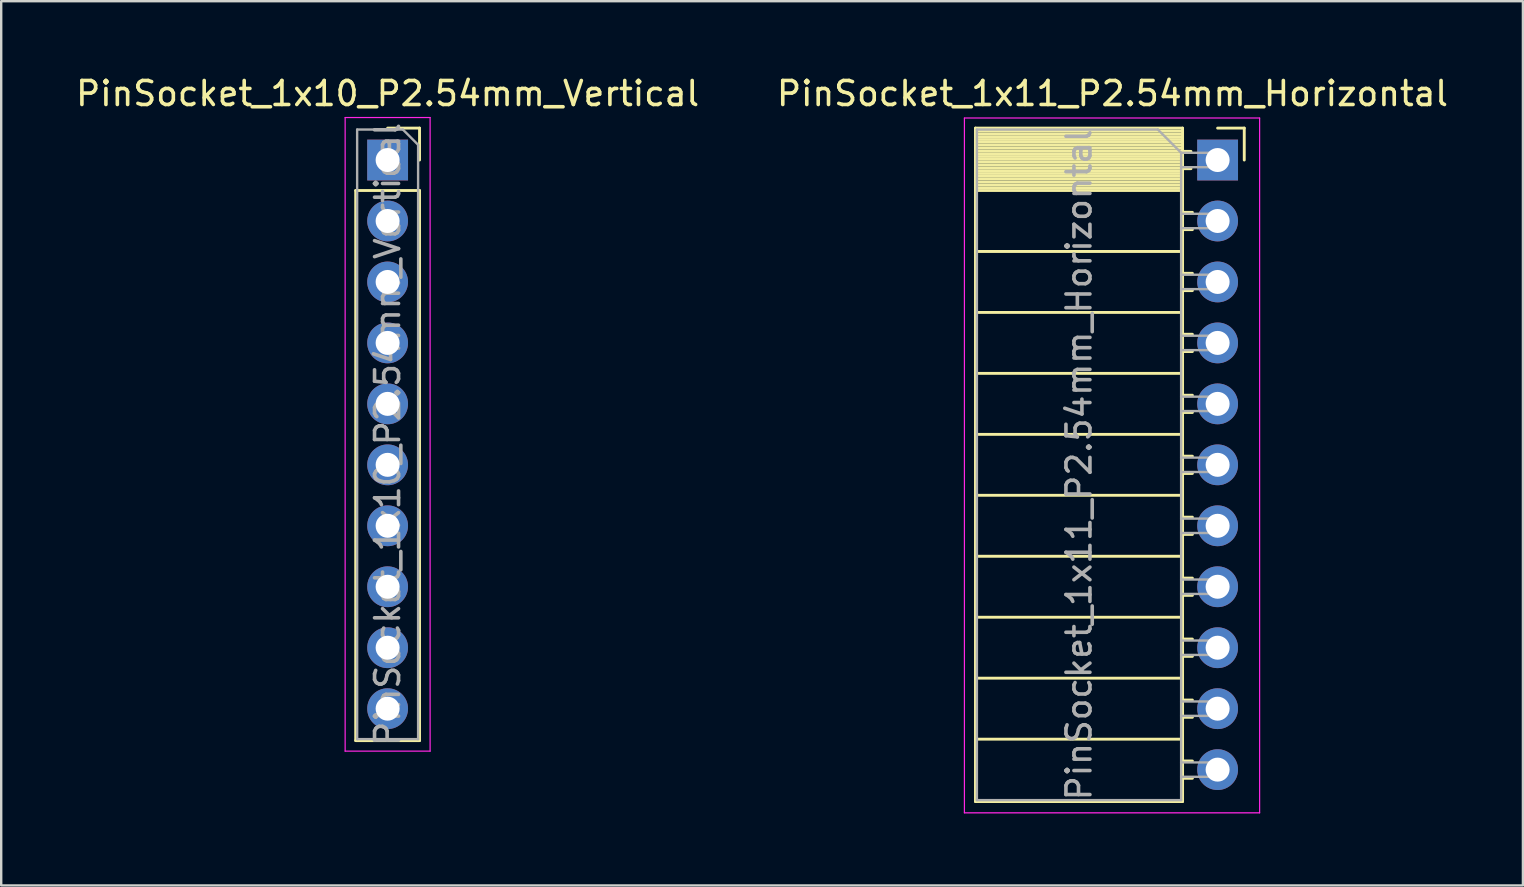
<source format=kicad_pcb>
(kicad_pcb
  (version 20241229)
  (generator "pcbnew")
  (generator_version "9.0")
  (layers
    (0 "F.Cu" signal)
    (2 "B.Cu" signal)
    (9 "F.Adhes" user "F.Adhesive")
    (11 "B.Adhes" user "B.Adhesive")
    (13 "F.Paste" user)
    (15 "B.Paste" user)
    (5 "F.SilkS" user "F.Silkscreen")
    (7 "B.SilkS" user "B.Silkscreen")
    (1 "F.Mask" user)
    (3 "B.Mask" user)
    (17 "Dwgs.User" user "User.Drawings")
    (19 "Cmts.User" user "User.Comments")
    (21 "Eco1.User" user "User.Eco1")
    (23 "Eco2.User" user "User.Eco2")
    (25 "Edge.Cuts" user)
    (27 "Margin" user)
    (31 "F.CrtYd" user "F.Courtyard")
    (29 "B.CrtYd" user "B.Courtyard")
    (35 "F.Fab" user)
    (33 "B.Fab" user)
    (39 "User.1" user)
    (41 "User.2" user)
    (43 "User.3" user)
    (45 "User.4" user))
  (footprint "PinSocket_1x11_P2.54mm_Horizontal"
    (layer "F.Cu")
    (at 47.684 3.618)
    (property "Reference" "PinSocket_1x11_P2.54mm_Horizontal" (at -4.38 -2.77 0) (layer "F.SilkS") (effects (font (size 1 1) (thickness 0.15))))
    (attr through_hole)
    (fp_line (start -10.09 -1.33) (end -10.09 26.73) (stroke (width 0.12) (type solid)) (layer "F.SilkS"))
    (fp_line (start -10.09 -1.33) (end -1.46 -1.33) (stroke (width 0.12) (type solid)) (layer "F.SilkS"))
    (fp_line (start -10.09 -1.21) (end -1.46 -1.21) (stroke (width 0.12) (type solid)) (layer "F.SilkS"))
    (fp_line (start -10.09 -1.092) (end -1.46 -1.092) (stroke (width 0.12) (type solid)) (layer "F.SilkS"))
    (fp_line (start -10.09 -0.974) (end -1.46 -0.974) (stroke (width 0.12) (type solid)) (layer "F.SilkS"))
    (fp_line (start -10.09 -0.856) (end -1.46 -0.856) (stroke (width 0.12) (type solid)) (layer "F.SilkS"))
    (fp_line (start -10.09 -0.738) (end -1.46 -0.738) (stroke (width 0.12) (type solid)) (layer "F.SilkS"))
    (fp_line (start -10.09 -0.62) (end -1.46 -0.62) (stroke (width 0.12) (type solid)) (layer "F.SilkS"))
    (fp_line (start -10.09 -0.501) (end -1.46 -0.501) (stroke (width 0.12) (type solid)) (layer "F.SilkS"))
    (fp_line (start -10.09 -0.383) (end -1.46 -0.383) (stroke (width 0.12) (type solid)) (layer "F.SilkS"))
    (fp_line (start -10.09 -0.265) (end -1.46 -0.265) (stroke (width 0.12) (type solid)) (layer "F.SilkS"))
    (fp_line (start -10.09 -0.147) (end -1.46 -0.147) (stroke (width 0.12) (type solid)) (layer "F.SilkS"))
    (fp_line (start -10.09 -0.029) (end -1.46 -0.029) (stroke (width 0.12) (type solid)) (layer "F.SilkS"))
    (fp_line (start -10.09 0.089) (end -1.46 0.089) (stroke (width 0.12) (type solid)) (layer "F.SilkS"))
    (fp_line (start -10.09 0.207) (end -1.46 0.207) (stroke (width 0.12) (type solid)) (layer "F.SilkS"))
    (fp_line (start -10.09 0.325) (end -1.46 0.325) (stroke (width 0.12) (type solid)) (layer "F.SilkS"))
    (fp_line (start -10.09 0.443) (end -1.46 0.443) (stroke (width 0.12) (type solid)) (layer "F.SilkS"))
    (fp_line (start -10.09 0.561) (end -1.46 0.561) (stroke (width 0.12) (type solid)) (layer "F.SilkS"))
    (fp_line (start -10.09 0.68) (end -1.46 0.68) (stroke (width 0.12) (type solid)) (layer "F.SilkS"))
    (fp_line (start -10.09 0.798) (end -1.46 0.798) (stroke (width 0.12) (type solid)) (layer "F.SilkS"))
    (fp_line (start -10.09 0.916) (end -1.46 0.916) (stroke (width 0.12) (type solid)) (layer "F.SilkS"))
    (fp_line (start -10.09 1.034) (end -1.46 1.034) (stroke (width 0.12) (type solid)) (layer "F.SilkS"))
    (fp_line (start -10.09 1.152) (end -1.46 1.152) (stroke (width 0.12) (type solid)) (layer "F.SilkS"))
    (fp_line (start -10.09 1.27) (end -1.46 1.27) (stroke (width 0.12) (type solid)) (layer "F.SilkS"))
    (fp_line (start -10.09 3.81) (end -1.46 3.81) (stroke (width 0.12) (type solid)) (layer "F.SilkS"))
    (fp_line (start -10.09 6.35) (end -1.46 6.35) (stroke (width 0.12) (type solid)) (layer "F.SilkS"))
    (fp_line (start -10.09 8.89) (end -1.46 8.89) (stroke (width 0.12) (type solid)) (layer "F.SilkS"))
    (fp_line (start -10.09 11.43) (end -1.46 11.43) (stroke (width 0.12) (type solid)) (layer "F.SilkS"))
    (fp_line (start -10.09 13.97) (end -1.46 13.97) (stroke (width 0.12) (type solid)) (layer "F.SilkS"))
    (fp_line (start -10.09 16.51) (end -1.46 16.51) (stroke (width 0.12) (type solid)) (layer "F.SilkS"))
    (fp_line (start -10.09 19.05) (end -1.46 19.05) (stroke (width 0.12) (type solid)) (layer "F.SilkS"))
    (fp_line (start -10.09 21.59) (end -1.46 21.59) (stroke (width 0.12) (type solid)) (layer "F.SilkS"))
    (fp_line (start -10.09 24.13) (end -1.46 24.13) (stroke (width 0.12) (type solid)) (layer "F.SilkS"))
    (fp_line (start -10.09 26.73) (end -1.46 26.73) (stroke (width 0.12) (type solid)) (layer "F.SilkS"))
    (fp_line (start -1.46 -1.33) (end -1.46 26.73) (stroke (width 0.12) (type solid)) (layer "F.SilkS"))
    (fp_line (start -1.46 -0.36) (end -1.11 -0.36) (stroke (width 0.12) (type solid)) (layer "F.SilkS"))
    (fp_line (start -1.46 0.36) (end -1.11 0.36) (stroke (width 0.12) (type solid)) (layer "F.SilkS"))
    (fp_line (start -1.46 2.18) (end -1.05 2.18) (stroke (width 0.12) (type solid)) (layer "F.SilkS"))
    (fp_line (start -1.46 2.9) (end -1.05 2.9) (stroke (width 0.12) (type solid)) (layer "F.SilkS"))
    (fp_line (start -1.46 4.72) (end -1.05 4.72) (stroke (width 0.12) (type solid)) (layer "F.SilkS"))
    (fp_line (start -1.46 5.44) (end -1.05 5.44) (stroke (width 0.12) (type solid)) (layer "F.SilkS"))
    (fp_line (start -1.46 7.26) (end -1.05 7.26) (stroke (width 0.12) (type solid)) (layer "F.SilkS"))
    (fp_line (start -1.46 7.98) (end -1.05 7.98) (stroke (width 0.12) (type solid)) (layer "F.SilkS"))
    (fp_line (start -1.46 9.8) (end -1.05 9.8) (stroke (width 0.12) (type solid)) (layer "F.SilkS"))
    (fp_line (start -1.46 10.52) (end -1.05 10.52) (stroke (width 0.12) (type solid)) (layer "F.SilkS"))
    (fp_line (start -1.46 12.34) (end -1.05 12.34) (stroke (width 0.12) (type solid)) (layer "F.SilkS"))
    (fp_line (start -1.46 13.06) (end -1.05 13.06) (stroke (width 0.12) (type solid)) (layer "F.SilkS"))
    (fp_line (start -1.46 14.88) (end -1.05 14.88) (stroke (width 0.12) (type solid)) (layer "F.SilkS"))
    (fp_line (start -1.46 15.6) (end -1.05 15.6) (stroke (width 0.12) (type solid)) (layer "F.SilkS"))
    (fp_line (start -1.46 17.42) (end -1.05 17.42) (stroke (width 0.12) (type solid)) (layer "F.SilkS"))
    (fp_line (start -1.46 18.14) (end -1.05 18.14) (stroke (width 0.12) (type solid)) (layer "F.SilkS"))
    (fp_line (start -1.46 19.96) (end -1.05 19.96) (stroke (width 0.12) (type solid)) (layer "F.SilkS"))
    (fp_line (start -1.46 20.68) (end -1.05 20.68) (stroke (width 0.12) (type solid)) (layer "F.SilkS"))
    (fp_line (start -1.46 22.5) (end -1.05 22.5) (stroke (width 0.12) (type solid)) (layer "F.SilkS"))
    (fp_line (start -1.46 23.22) (end -1.05 23.22) (stroke (width 0.12) (type solid)) (layer "F.SilkS"))
    (fp_line (start -1.46 25.04) (end -1.05 25.04) (stroke (width 0.12) (type solid)) (layer "F.SilkS"))
    (fp_line (start -1.46 25.76) (end -1.05 25.76) (stroke (width 0.12) (type solid)) (layer "F.SilkS"))
    (fp_line (start 0 -1.33) (end 1.11 -1.33) (stroke (width 0.12) (type solid)) (layer "F.SilkS"))
    (fp_line (start 1.11 -1.33) (end 1.11 0) (stroke (width 0.12) (type solid)) (layer "F.SilkS"))
    (fp_line (start -10.55 -1.75) (end -10.55 27.2) (stroke (width 0.05) (type solid)) (layer "F.CrtYd"))
    (fp_line (start -10.55 27.2) (end 1.75 27.2) (stroke (width 0.05) (type solid)) (layer "F.CrtYd"))
    (fp_line (start 1.75 -1.75) (end -10.55 -1.75) (stroke (width 0.05) (type solid)) (layer "F.CrtYd"))
    (fp_line (start 1.75 27.2) (end 1.75 -1.75) (stroke (width 0.05) (type solid)) (layer "F.CrtYd"))
    (fp_line (start -10.03 -1.27) (end -2.49 -1.27) (stroke (width 0.1) (type solid)) (layer "F.Fab"))
    (fp_line (start -10.03 26.67) (end -10.03 -1.27) (stroke (width 0.1) (type solid)) (layer "F.Fab"))
    (fp_line (start -2.49 -1.27) (end -1.52 -0.3) (stroke (width 0.1) (type solid)) (layer "F.Fab"))
    (fp_line (start -1.52 -0.3) (end -1.52 26.67) (stroke (width 0.1) (type solid)) (layer "F.Fab"))
    (fp_line (start -1.52 0.3) (end 0 0.3) (stroke (width 0.1) (type solid)) (layer "F.Fab"))
    (fp_line (start -1.52 2.84) (end 0 2.84) (stroke (width 0.1) (type solid)) (layer "F.Fab"))
    (fp_line (start -1.52 5.38) (end 0 5.38) (stroke (width 0.1) (type solid)) (layer "F.Fab"))
    (fp_line (start -1.52 7.92) (end 0 7.92) (stroke (width 0.1) (type solid)) (layer "F.Fab"))
    (fp_line (start -1.52 10.46) (end 0 10.46) (stroke (width 0.1) (type solid)) (layer "F.Fab"))
    (fp_line (start -1.52 13) (end 0 13) (stroke (width 0.1) (type solid)) (layer "F.Fab"))
    (fp_line (start -1.52 15.54) (end 0 15.54) (stroke (width 0.1) (type solid)) (layer "F.Fab"))
    (fp_line (start -1.52 18.08) (end 0 18.08) (stroke (width 0.1) (type solid)) (layer "F.Fab"))
    (fp_line (start -1.52 20.62) (end 0 20.62) (stroke (width 0.1) (type solid)) (layer "F.Fab"))
    (fp_line (start -1.52 23.16) (end 0 23.16) (stroke (width 0.1) (type solid)) (layer "F.Fab"))
    (fp_line (start -1.52 25.7) (end 0 25.7) (stroke (width 0.1) (type solid)) (layer "F.Fab"))
    (fp_line (start -1.52 26.67) (end -10.03 26.67) (stroke (width 0.1) (type solid)) (layer "F.Fab"))
    (fp_line (start 0 -0.3) (end -1.52 -0.3) (stroke (width 0.1) (type solid)) (layer "F.Fab"))
    (fp_line (start 0 0.3) (end 0 -0.3) (stroke (width 0.1) (type solid)) (layer "F.Fab"))
    (fp_line (start 0 2.24) (end -1.52 2.24) (stroke (width 0.1) (type solid)) (layer "F.Fab"))
    (fp_line (start 0 2.84) (end 0 2.24) (stroke (width 0.1) (type solid)) (layer "F.Fab"))
    (fp_line (start 0 4.78) (end -1.52 4.78) (stroke (width 0.1) (type solid)) (layer "F.Fab"))
    (fp_line (start 0 5.38) (end 0 4.78) (stroke (width 0.1) (type solid)) (layer "F.Fab"))
    (fp_line (start 0 7.32) (end -1.52 7.32) (stroke (width 0.1) (type solid)) (layer "F.Fab"))
    (fp_line (start 0 7.92) (end 0 7.32) (stroke (width 0.1) (type solid)) (layer "F.Fab"))
    (fp_line (start 0 9.86) (end -1.52 9.86) (stroke (width 0.1) (type solid)) (layer "F.Fab"))
    (fp_line (start 0 10.46) (end 0 9.86) (stroke (width 0.1) (type solid)) (layer "F.Fab"))
    (fp_line (start 0 12.4) (end -1.52 12.4) (stroke (width 0.1) (type solid)) (layer "F.Fab"))
    (fp_line (start 0 13) (end 0 12.4) (stroke (width 0.1) (type solid)) (layer "F.Fab"))
    (fp_line (start 0 14.94) (end -1.52 14.94) (stroke (width 0.1) (type solid)) (layer "F.Fab"))
    (fp_line (start 0 15.54) (end 0 14.94) (stroke (width 0.1) (type solid)) (layer "F.Fab"))
    (fp_line (start 0 17.48) (end -1.52 17.48) (stroke (width 0.1) (type solid)) (layer "F.Fab"))
    (fp_line (start 0 18.08) (end 0 17.48) (stroke (width 0.1) (type solid)) (layer "F.Fab"))
    (fp_line (start 0 20.02) (end -1.52 20.02) (stroke (width 0.1) (type solid)) (layer "F.Fab"))
    (fp_line (start 0 20.62) (end 0 20.02) (stroke (width 0.1) (type solid)) (layer "F.Fab"))
    (fp_line (start 0 22.56) (end -1.52 22.56) (stroke (width 0.1) (type solid)) (layer "F.Fab"))
    (fp_line (start 0 23.16) (end 0 22.56) (stroke (width 0.1) (type solid)) (layer "F.Fab"))
    (fp_line (start 0 25.1) (end -1.52 25.1) (stroke (width 0.1) (type solid)) (layer "F.Fab"))
    (fp_line (start 0 25.7) (end 0 25.1) (stroke (width 0.1) (type solid)) (layer "F.Fab"))
    (fp_text user "${REFERENCE}" (at -5.775 12.7 90) (layer "F.Fab") (effects (font (size 1 1) (thickness 0.15))))
    (pad "1" thru_hole rect (at 0 0) (size 1.7 1.7) (drill 1) (layers "*.Cu" "*.Mask"))
    (pad "2" thru_hole circle (at 0 2.54) (size 1.7 1.7) (drill 1) (layers "*.Cu" "*.Mask"))
    (pad "3" thru_hole circle (at 0 5.08) (size 1.7 1.7) (drill 1) (layers "*.Cu" "*.Mask"))
    (pad "4" thru_hole circle (at 0 7.62) (size 1.7 1.7) (drill 1) (layers "*.Cu" "*.Mask"))
    (pad "5" thru_hole circle (at 0 10.16) (size 1.7 1.7) (drill 1) (layers "*.Cu" "*.Mask"))
    (pad "6" thru_hole circle (at 0 12.7) (size 1.7 1.7) (drill 1) (layers "*.Cu" "*.Mask"))
    (pad "7" thru_hole circle (at 0 15.24) (size 1.7 1.7) (drill 1) (layers "*.Cu" "*.Mask"))
    (pad "8" thru_hole circle (at 0 17.78) (size 1.7 1.7) (drill 1) (layers "*.Cu" "*.Mask"))
    (pad "9" thru_hole circle (at 0 20.32) (size 1.7 1.7) (drill 1) (layers "*.Cu" "*.Mask"))
    (pad "10" thru_hole circle (at 0 22.86) (size 1.7 1.7) (drill 1) (layers "*.Cu" "*.Mask"))
    (pad "11" thru_hole circle (at 0 25.4) (size 1.7 1.7) (drill 1) (layers "*.Cu" "*.Mask")))
  (footprint "PinSocket_1x10_P2.54mm_Vertical"
    (layer "F.Cu")
    (at 13.101 3.618)
    (property "Reference" "PinSocket_1x10_P2.54mm_Vertical" (at 0 -2.77 0) (layer "F.SilkS") (effects (font (size 1 1) (thickness 0.15))))
    (attr through_hole)
    (fp_line (start -1.33 1.27) (end -1.33 24.19) (stroke (width 0.12) (type solid)) (layer "F.SilkS"))
    (fp_line (start -1.33 1.27) (end 1.33 1.27) (stroke (width 0.12) (type solid)) (layer "F.SilkS"))
    (fp_line (start -1.33 24.19) (end 1.33 24.19) (stroke (width 0.12) (type solid)) (layer "F.SilkS"))
    (fp_line (start 0 -1.33) (end 1.33 -1.33) (stroke (width 0.12) (type solid)) (layer "F.SilkS"))
    (fp_line (start 1.33 -1.33) (end 1.33 0) (stroke (width 0.12) (type solid)) (layer "F.SilkS"))
    (fp_line (start 1.33 1.27) (end 1.33 24.19) (stroke (width 0.12) (type solid)) (layer "F.SilkS"))
    (fp_line (start -1.77 -1.77) (end 1.77 -1.77) (stroke (width 0.05) (type solid)) (layer "F.CrtYd"))
    (fp_line (start -1.77 24.63) (end -1.77 -1.77) (stroke (width 0.05) (type solid)) (layer "F.CrtYd"))
    (fp_line (start 1.77 -1.77) (end 1.77 24.63) (stroke (width 0.05) (type solid)) (layer "F.CrtYd"))
    (fp_line (start 1.77 24.63) (end -1.77 24.63) (stroke (width 0.05) (type solid)) (layer "F.CrtYd"))
    (fp_line (start -1.27 -1.27) (end 0.635 -1.27) (stroke (width 0.1) (type solid)) (layer "F.Fab"))
    (fp_line (start -1.27 24.13) (end -1.27 -1.27) (stroke (width 0.1) (type solid)) (layer "F.Fab"))
    (fp_line (start 0.635 -1.27) (end 1.27 -0.635) (stroke (width 0.1) (type solid)) (layer "F.Fab"))
    (fp_line (start 1.27 -0.635) (end 1.27 24.13) (stroke (width 0.1) (type solid)) (layer "F.Fab"))
    (fp_line (start 1.27 24.13) (end -1.27 24.13) (stroke (width 0.1) (type solid)) (layer "F.Fab"))
    (fp_text user "${REFERENCE}" (at 0 11.43 90) (layer "F.Fab") (effects (font (size 1 1) (thickness 0.15))))
    (pad "1" thru_hole rect (at 0 0) (size 1.7 1.7) (drill 1) (layers "*.Cu" "*.Mask"))
    (pad "2" thru_hole circle (at 0 2.54) (size 1.7 1.7) (drill 1) (layers "*.Cu" "*.Mask"))
    (pad "3" thru_hole circle (at 0 5.08) (size 1.7 1.7) (drill 1) (layers "*.Cu" "*.Mask"))
    (pad "4" thru_hole circle (at 0 7.62) (size 1.7 1.7) (drill 1) (layers "*.Cu" "*.Mask"))
    (pad "5" thru_hole circle (at 0 10.16) (size 1.7 1.7) (drill 1) (layers "*.Cu" "*.Mask"))
    (pad "6" thru_hole circle (at 0 12.7) (size 1.7 1.7) (drill 1) (layers "*.Cu" "*.Mask"))
    (pad "7" thru_hole circle (at 0 15.24) (size 1.7 1.7) (drill 1) (layers "*.Cu" "*.Mask"))
    (pad "8" thru_hole circle (at 0 17.78) (size 1.7 1.7) (drill 1) (layers "*.Cu" "*.Mask"))
    (pad "9" thru_hole circle (at 0 20.32) (size 1.7 1.7) (drill 1) (layers "*.Cu" "*.Mask"))
    (pad "10" thru_hole circle (at 0 22.86) (size 1.7 1.7) (drill 1) (layers "*.Cu" "*.Mask")))
  (gr_rect
    (start -3 -3)
    (end 60.405 33.843)
    (stroke (width 0.1) (type default))
    (fill no)
    (layer "Edge.Cuts")))
</source>
